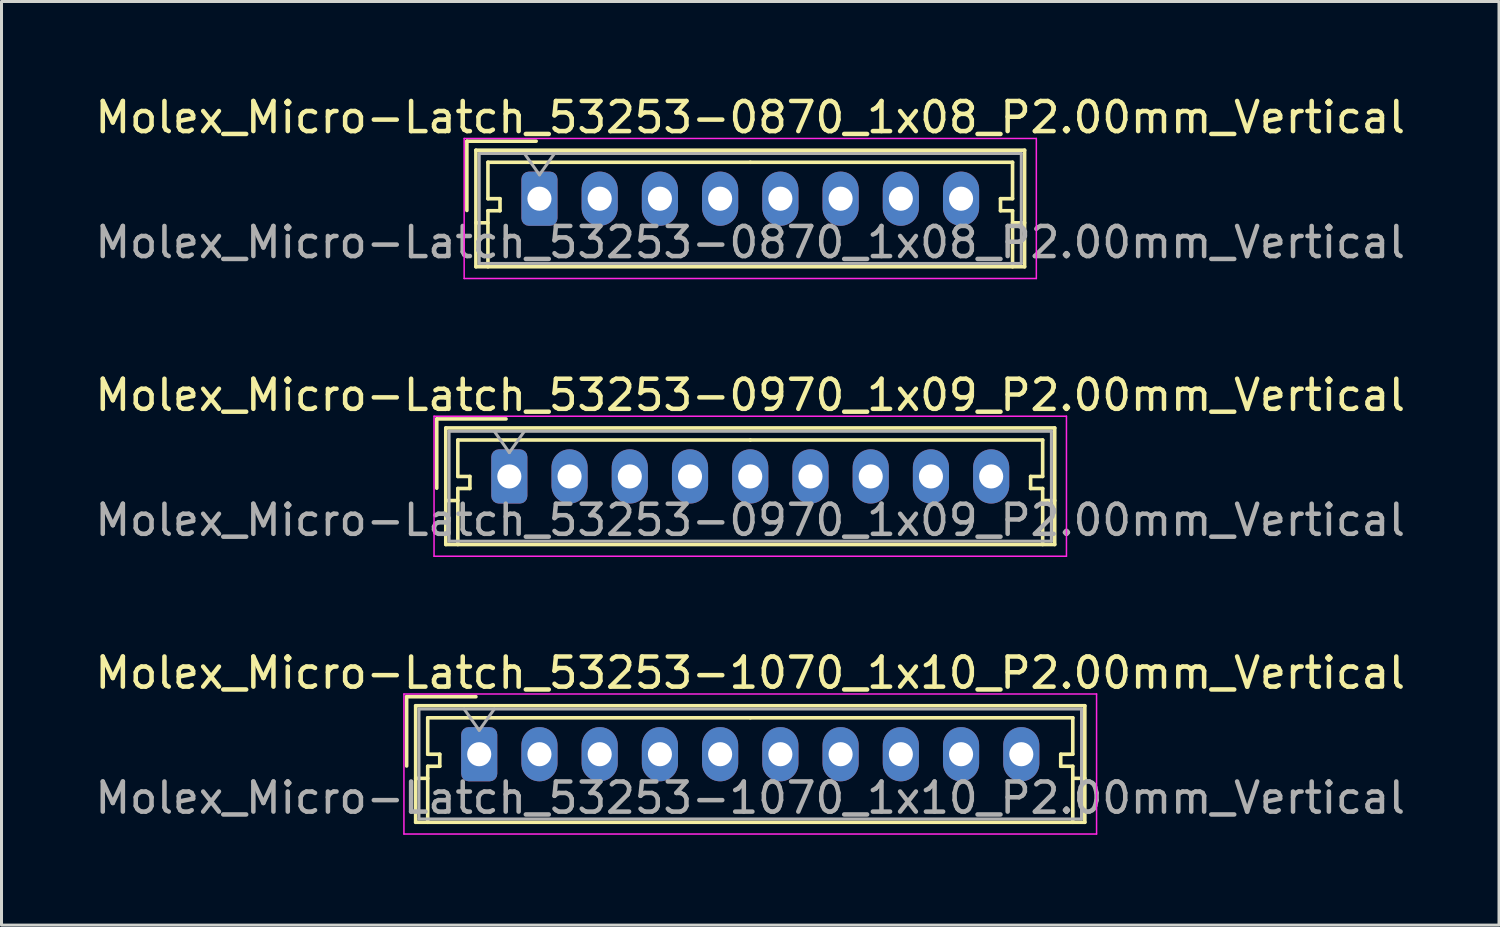
<source format=kicad_pcb>
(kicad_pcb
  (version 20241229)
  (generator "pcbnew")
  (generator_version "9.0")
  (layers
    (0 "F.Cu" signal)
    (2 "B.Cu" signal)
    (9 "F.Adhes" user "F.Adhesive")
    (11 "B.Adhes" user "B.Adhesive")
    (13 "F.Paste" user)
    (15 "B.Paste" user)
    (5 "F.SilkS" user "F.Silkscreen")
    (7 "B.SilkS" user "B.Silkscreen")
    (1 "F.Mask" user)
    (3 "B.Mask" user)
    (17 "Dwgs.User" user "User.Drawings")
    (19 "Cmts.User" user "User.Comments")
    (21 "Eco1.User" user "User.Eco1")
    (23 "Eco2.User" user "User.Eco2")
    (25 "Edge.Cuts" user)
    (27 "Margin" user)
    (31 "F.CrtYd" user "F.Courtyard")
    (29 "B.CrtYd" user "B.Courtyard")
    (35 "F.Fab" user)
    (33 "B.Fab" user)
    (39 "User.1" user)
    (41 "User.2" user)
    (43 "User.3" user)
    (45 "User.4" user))
  (footprint "Molex_Micro-Latch_53253-0970_1x09_P2.00mm_Vertical"
    (layer "F.Cu")
    (at 13.863 12.771)
    (property "Reference" "Molex_Micro-Latch_53253-0970_1x09_P2.00mm_Vertical" (at 8 -2.7 0) (layer "F.SilkS") (effects (font (size 1 1) (thickness 0.15))))
    (attr through_hole)
    (fp_line (start -2.41 -1.91) (end -2.41 0.39) (stroke (width 0.12) (type solid)) (layer "F.SilkS"))
    (fp_line (start -2.11 -1.61) (end -2.11 2.26) (stroke (width 0.12) (type solid)) (layer "F.SilkS"))
    (fp_line (start -2.11 0.8) (end -1.71 0.8) (stroke (width 0.12) (type solid)) (layer "F.SilkS"))
    (fp_line (start -2.11 2.26) (end 18.11 2.26) (stroke (width 0.12) (type solid)) (layer "F.SilkS"))
    (fp_line (start -1.71 -1.21) (end -1.71 0) (stroke (width 0.12) (type solid)) (layer "F.SilkS"))
    (fp_line (start -1.71 0) (end -1.31 0) (stroke (width 0.12) (type solid)) (layer "F.SilkS"))
    (fp_line (start -1.71 0.4) (end -1.71 2.26) (stroke (width 0.12) (type solid)) (layer "F.SilkS"))
    (fp_line (start -1.31 0) (end -1.31 0.4) (stroke (width 0.12) (type solid)) (layer "F.SilkS"))
    (fp_line (start -1.31 0.4) (end -1.71 0.4) (stroke (width 0.12) (type solid)) (layer "F.SilkS"))
    (fp_line (start -0.11 -1.91) (end -2.41 -1.91) (stroke (width 0.12) (type solid)) (layer "F.SilkS"))
    (fp_line (start 8 -1.21) (end -1.71 -1.21) (stroke (width 0.12) (type solid)) (layer "F.SilkS"))
    (fp_line (start 8 -1.21) (end 17.71 -1.21) (stroke (width 0.12) (type solid)) (layer "F.SilkS"))
    (fp_line (start 17.31 0) (end 17.31 0.4) (stroke (width 0.12) (type solid)) (layer "F.SilkS"))
    (fp_line (start 17.31 0.4) (end 17.71 0.4) (stroke (width 0.12) (type solid)) (layer "F.SilkS"))
    (fp_line (start 17.71 -1.21) (end 17.71 0) (stroke (width 0.12) (type solid)) (layer "F.SilkS"))
    (fp_line (start 17.71 0) (end 17.31 0) (stroke (width 0.12) (type solid)) (layer "F.SilkS"))
    (fp_line (start 17.71 0.4) (end 17.71 2.26) (stroke (width 0.12) (type solid)) (layer "F.SilkS"))
    (fp_line (start 18.11 -1.61) (end -2.11 -1.61) (stroke (width 0.12) (type solid)) (layer "F.SilkS"))
    (fp_line (start 18.11 0.8) (end 17.71 0.8) (stroke (width 0.12) (type solid)) (layer "F.SilkS"))
    (fp_line (start 18.11 2.26) (end 18.11 -1.61) (stroke (width 0.12) (type solid)) (layer "F.SilkS"))
    (fp_line (start -2.5 -2) (end -2.5 2.65) (stroke (width 0.05) (type solid)) (layer "F.CrtYd"))
    (fp_line (start -2.5 2.65) (end 18.5 2.65) (stroke (width 0.05) (type solid)) (layer "F.CrtYd"))
    (fp_line (start 18.5 -2) (end -2.5 -2) (stroke (width 0.05) (type solid)) (layer "F.CrtYd"))
    (fp_line (start 18.5 2.65) (end 18.5 -2) (stroke (width 0.05) (type solid)) (layer "F.CrtYd"))
    (fp_line (start -2 -1.5) (end -2 2.15) (stroke (width 0.1) (type solid)) (layer "F.Fab"))
    (fp_line (start -2 2.15) (end 18 2.15) (stroke (width 0.1) (type solid)) (layer "F.Fab"))
    (fp_line (start -0.5 -1.5) (end 0 -0.793) (stroke (width 0.1) (type solid)) (layer "F.Fab"))
    (fp_line (start 0 -0.793) (end 0.5 -1.5) (stroke (width 0.1) (type solid)) (layer "F.Fab"))
    (fp_line (start 18 -1.5) (end -2 -1.5) (stroke (width 0.1) (type solid)) (layer "F.Fab"))
    (fp_line (start 18 2.15) (end 18 -1.5) (stroke (width 0.1) (type solid)) (layer "F.Fab"))
    (fp_text user "${REFERENCE}" (at 8 1.45 0) (layer "F.Fab") (effects (font (size 1 1) (thickness 0.15))))
    (pad "1" thru_hole roundrect (at 0 0) (size 1.2 1.8) (drill 0.8) (layers "*.Cu" "*.Mask") (roundrect_rratio 0.208))
    (pad "2" thru_hole oval (at 2 0) (size 1.2 1.8) (drill 0.8) (layers "*.Cu" "*.Mask"))
    (pad "3" thru_hole oval (at 4 0) (size 1.2 1.8) (drill 0.8) (layers "*.Cu" "*.Mask"))
    (pad "4" thru_hole oval (at 6 0) (size 1.2 1.8) (drill 0.8) (layers "*.Cu" "*.Mask"))
    (pad "5" thru_hole oval (at 8 0) (size 1.2 1.8) (drill 0.8) (layers "*.Cu" "*.Mask"))
    (pad "6" thru_hole oval (at 10 0) (size 1.2 1.8) (drill 0.8) (layers "*.Cu" "*.Mask"))
    (pad "7" thru_hole oval (at 12 0) (size 1.2 1.8) (drill 0.8) (layers "*.Cu" "*.Mask"))
    (pad "8" thru_hole oval (at 14 0) (size 1.2 1.8) (drill 0.8) (layers "*.Cu" "*.Mask"))
    (pad "9" thru_hole oval (at 16 0) (size 1.2 1.8) (drill 0.8) (layers "*.Cu" "*.Mask")))
  (footprint "Molex_Micro-Latch_53253-1070_1x10_P2.00mm_Vertical"
    (layer "F.Cu")
    (at 12.863 21.995)
    (property "Reference" "Molex_Micro-Latch_53253-1070_1x10_P2.00mm_Vertical" (at 9 -2.7 0) (layer "F.SilkS") (effects (font (size 1 1) (thickness 0.15))))
    (attr through_hole)
    (fp_line (start -2.41 -1.91) (end -2.41 0.39) (stroke (width 0.12) (type solid)) (layer "F.SilkS"))
    (fp_line (start -2.11 -1.61) (end -2.11 2.26) (stroke (width 0.12) (type solid)) (layer "F.SilkS"))
    (fp_line (start -2.11 0.8) (end -1.71 0.8) (stroke (width 0.12) (type solid)) (layer "F.SilkS"))
    (fp_line (start -2.11 2.26) (end 20.11 2.26) (stroke (width 0.12) (type solid)) (layer "F.SilkS"))
    (fp_line (start -1.71 -1.21) (end -1.71 0) (stroke (width 0.12) (type solid)) (layer "F.SilkS"))
    (fp_line (start -1.71 0) (end -1.31 0) (stroke (width 0.12) (type solid)) (layer "F.SilkS"))
    (fp_line (start -1.71 0.4) (end -1.71 2.26) (stroke (width 0.12) (type solid)) (layer "F.SilkS"))
    (fp_line (start -1.31 0) (end -1.31 0.4) (stroke (width 0.12) (type solid)) (layer "F.SilkS"))
    (fp_line (start -1.31 0.4) (end -1.71 0.4) (stroke (width 0.12) (type solid)) (layer "F.SilkS"))
    (fp_line (start -0.11 -1.91) (end -2.41 -1.91) (stroke (width 0.12) (type solid)) (layer "F.SilkS"))
    (fp_line (start 9 -1.21) (end -1.71 -1.21) (stroke (width 0.12) (type solid)) (layer "F.SilkS"))
    (fp_line (start 9 -1.21) (end 19.71 -1.21) (stroke (width 0.12) (type solid)) (layer "F.SilkS"))
    (fp_line (start 19.31 0) (end 19.31 0.4) (stroke (width 0.12) (type solid)) (layer "F.SilkS"))
    (fp_line (start 19.31 0.4) (end 19.71 0.4) (stroke (width 0.12) (type solid)) (layer "F.SilkS"))
    (fp_line (start 19.71 -1.21) (end 19.71 0) (stroke (width 0.12) (type solid)) (layer "F.SilkS"))
    (fp_line (start 19.71 0) (end 19.31 0) (stroke (width 0.12) (type solid)) (layer "F.SilkS"))
    (fp_line (start 19.71 0.4) (end 19.71 2.26) (stroke (width 0.12) (type solid)) (layer "F.SilkS"))
    (fp_line (start 20.11 -1.61) (end -2.11 -1.61) (stroke (width 0.12) (type solid)) (layer "F.SilkS"))
    (fp_line (start 20.11 0.8) (end 19.71 0.8) (stroke (width 0.12) (type solid)) (layer "F.SilkS"))
    (fp_line (start 20.11 2.26) (end 20.11 -1.61) (stroke (width 0.12) (type solid)) (layer "F.SilkS"))
    (fp_line (start -2.5 -2) (end -2.5 2.65) (stroke (width 0.05) (type solid)) (layer "F.CrtYd"))
    (fp_line (start -2.5 2.65) (end 20.5 2.65) (stroke (width 0.05) (type solid)) (layer "F.CrtYd"))
    (fp_line (start 20.5 -2) (end -2.5 -2) (stroke (width 0.05) (type solid)) (layer "F.CrtYd"))
    (fp_line (start 20.5 2.65) (end 20.5 -2) (stroke (width 0.05) (type solid)) (layer "F.CrtYd"))
    (fp_line (start -2 -1.5) (end -2 2.15) (stroke (width 0.1) (type solid)) (layer "F.Fab"))
    (fp_line (start -2 2.15) (end 20 2.15) (stroke (width 0.1) (type solid)) (layer "F.Fab"))
    (fp_line (start -0.5 -1.5) (end 0 -0.793) (stroke (width 0.1) (type solid)) (layer "F.Fab"))
    (fp_line (start 0 -0.793) (end 0.5 -1.5) (stroke (width 0.1) (type solid)) (layer "F.Fab"))
    (fp_line (start 20 -1.5) (end -2 -1.5) (stroke (width 0.1) (type solid)) (layer "F.Fab"))
    (fp_line (start 20 2.15) (end 20 -1.5) (stroke (width 0.1) (type solid)) (layer "F.Fab"))
    (fp_text user "${REFERENCE}" (at 9 1.45 0) (layer "F.Fab") (effects (font (size 1 1) (thickness 0.15))))
    (pad "1" thru_hole roundrect (at 0 0) (size 1.2 1.8) (drill 0.8) (layers "*.Cu" "*.Mask") (roundrect_rratio 0.208))
    (pad "2" thru_hole oval (at 2 0) (size 1.2 1.8) (drill 0.8) (layers "*.Cu" "*.Mask"))
    (pad "3" thru_hole oval (at 4 0) (size 1.2 1.8) (drill 0.8) (layers "*.Cu" "*.Mask"))
    (pad "4" thru_hole oval (at 6 0) (size 1.2 1.8) (drill 0.8) (layers "*.Cu" "*.Mask"))
    (pad "5" thru_hole oval (at 8 0) (size 1.2 1.8) (drill 0.8) (layers "*.Cu" "*.Mask"))
    (pad "6" thru_hole oval (at 10 0) (size 1.2 1.8) (drill 0.8) (layers "*.Cu" "*.Mask"))
    (pad "7" thru_hole oval (at 12 0) (size 1.2 1.8) (drill 0.8) (layers "*.Cu" "*.Mask"))
    (pad "8" thru_hole oval (at 14 0) (size 1.2 1.8) (drill 0.8) (layers "*.Cu" "*.Mask"))
    (pad "9" thru_hole oval (at 16 0) (size 1.2 1.8) (drill 0.8) (layers "*.Cu" "*.Mask"))
    (pad "10" thru_hole oval (at 18 0) (size 1.2 1.8) (drill 0.8) (layers "*.Cu" "*.Mask")))
  (footprint "Molex_Micro-Latch_53253-0870_1x08_P2.00mm_Vertical"
    (layer "F.Cu")
    (at 14.863 3.548)
    (property "Reference" "Molex_Micro-Latch_53253-0870_1x08_P2.00mm_Vertical" (at 7 -2.7 0) (layer "F.SilkS") (effects (font (size 1 1) (thickness 0.15))))
    (attr through_hole)
    (fp_line (start -2.41 -1.91) (end -2.41 0.39) (stroke (width 0.12) (type solid)) (layer "F.SilkS"))
    (fp_line (start -2.11 -1.61) (end -2.11 2.26) (stroke (width 0.12) (type solid)) (layer "F.SilkS"))
    (fp_line (start -2.11 0.8) (end -1.71 0.8) (stroke (width 0.12) (type solid)) (layer "F.SilkS"))
    (fp_line (start -2.11 2.26) (end 16.11 2.26) (stroke (width 0.12) (type solid)) (layer "F.SilkS"))
    (fp_line (start -1.71 -1.21) (end -1.71 0) (stroke (width 0.12) (type solid)) (layer "F.SilkS"))
    (fp_line (start -1.71 0) (end -1.31 0) (stroke (width 0.12) (type solid)) (layer "F.SilkS"))
    (fp_line (start -1.71 0.4) (end -1.71 2.26) (stroke (width 0.12) (type solid)) (layer "F.SilkS"))
    (fp_line (start -1.31 0) (end -1.31 0.4) (stroke (width 0.12) (type solid)) (layer "F.SilkS"))
    (fp_line (start -1.31 0.4) (end -1.71 0.4) (stroke (width 0.12) (type solid)) (layer "F.SilkS"))
    (fp_line (start -0.11 -1.91) (end -2.41 -1.91) (stroke (width 0.12) (type solid)) (layer "F.SilkS"))
    (fp_line (start 7 -1.21) (end -1.71 -1.21) (stroke (width 0.12) (type solid)) (layer "F.SilkS"))
    (fp_line (start 7 -1.21) (end 15.71 -1.21) (stroke (width 0.12) (type solid)) (layer "F.SilkS"))
    (fp_line (start 15.31 0) (end 15.31 0.4) (stroke (width 0.12) (type solid)) (layer "F.SilkS"))
    (fp_line (start 15.31 0.4) (end 15.71 0.4) (stroke (width 0.12) (type solid)) (layer "F.SilkS"))
    (fp_line (start 15.71 -1.21) (end 15.71 0) (stroke (width 0.12) (type solid)) (layer "F.SilkS"))
    (fp_line (start 15.71 0) (end 15.31 0) (stroke (width 0.12) (type solid)) (layer "F.SilkS"))
    (fp_line (start 15.71 0.4) (end 15.71 2.26) (stroke (width 0.12) (type solid)) (layer "F.SilkS"))
    (fp_line (start 16.11 -1.61) (end -2.11 -1.61) (stroke (width 0.12) (type solid)) (layer "F.SilkS"))
    (fp_line (start 16.11 0.8) (end 15.71 0.8) (stroke (width 0.12) (type solid)) (layer "F.SilkS"))
    (fp_line (start 16.11 2.26) (end 16.11 -1.61) (stroke (width 0.12) (type solid)) (layer "F.SilkS"))
    (fp_line (start -2.5 -2) (end -2.5 2.65) (stroke (width 0.05) (type solid)) (layer "F.CrtYd"))
    (fp_line (start -2.5 2.65) (end 16.5 2.65) (stroke (width 0.05) (type solid)) (layer "F.CrtYd"))
    (fp_line (start 16.5 -2) (end -2.5 -2) (stroke (width 0.05) (type solid)) (layer "F.CrtYd"))
    (fp_line (start 16.5 2.65) (end 16.5 -2) (stroke (width 0.05) (type solid)) (layer "F.CrtYd"))
    (fp_line (start -2 -1.5) (end -2 2.15) (stroke (width 0.1) (type solid)) (layer "F.Fab"))
    (fp_line (start -2 2.15) (end 16 2.15) (stroke (width 0.1) (type solid)) (layer "F.Fab"))
    (fp_line (start -0.5 -1.5) (end 0 -0.793) (stroke (width 0.1) (type solid)) (layer "F.Fab"))
    (fp_line (start 0 -0.793) (end 0.5 -1.5) (stroke (width 0.1) (type solid)) (layer "F.Fab"))
    (fp_line (start 16 -1.5) (end -2 -1.5) (stroke (width 0.1) (type solid)) (layer "F.Fab"))
    (fp_line (start 16 2.15) (end 16 -1.5) (stroke (width 0.1) (type solid)) (layer "F.Fab"))
    (fp_text user "${REFERENCE}" (at 7 1.45 0) (layer "F.Fab") (effects (font (size 1 1) (thickness 0.15))))
    (pad "1" thru_hole roundrect (at 0 0) (size 1.2 1.8) (drill 0.8) (layers "*.Cu" "*.Mask") (roundrect_rratio 0.208))
    (pad "2" thru_hole oval (at 2 0) (size 1.2 1.8) (drill 0.8) (layers "*.Cu" "*.Mask"))
    (pad "3" thru_hole oval (at 4 0) (size 1.2 1.8) (drill 0.8) (layers "*.Cu" "*.Mask"))
    (pad "4" thru_hole oval (at 6 0) (size 1.2 1.8) (drill 0.8) (layers "*.Cu" "*.Mask"))
    (pad "5" thru_hole oval (at 8 0) (size 1.2 1.8) (drill 0.8) (layers "*.Cu" "*.Mask"))
    (pad "6" thru_hole oval (at 10 0) (size 1.2 1.8) (drill 0.8) (layers "*.Cu" "*.Mask"))
    (pad "7" thru_hole oval (at 12 0) (size 1.2 1.8) (drill 0.8) (layers "*.Cu" "*.Mask"))
    (pad "8" thru_hole oval (at 14 0) (size 1.2 1.8) (drill 0.8) (layers "*.Cu" "*.Mask")))
  (gr_rect
    (start -3 -3)
    (end 46.726 27.67)
    (stroke (width 0.1) (type default))
    (fill no)
    (layer "Edge.Cuts")))
</source>
